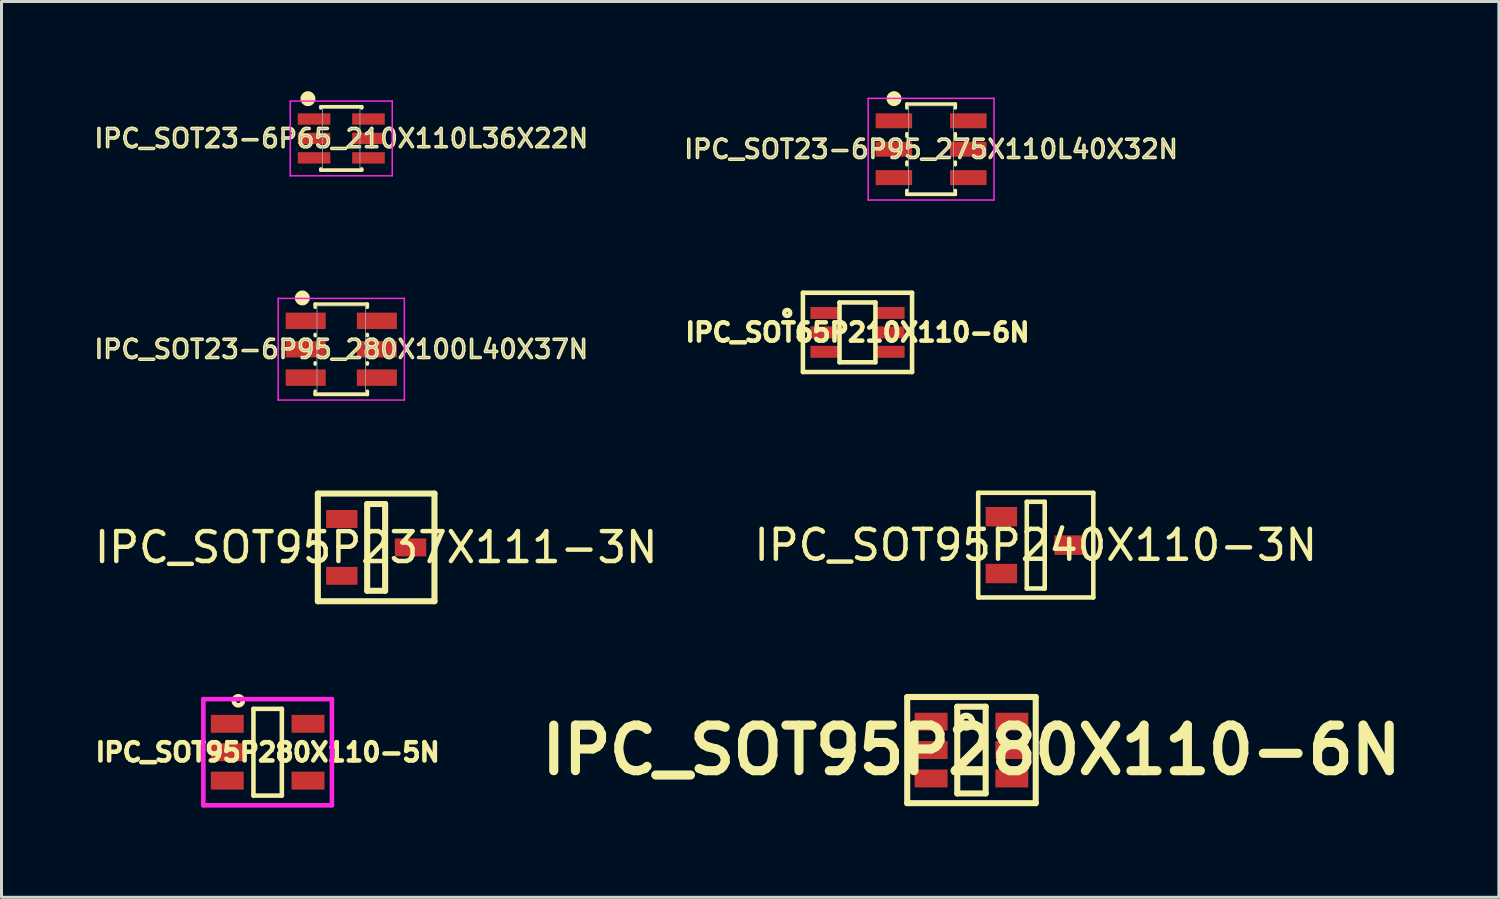
<source format=kicad_pcb>
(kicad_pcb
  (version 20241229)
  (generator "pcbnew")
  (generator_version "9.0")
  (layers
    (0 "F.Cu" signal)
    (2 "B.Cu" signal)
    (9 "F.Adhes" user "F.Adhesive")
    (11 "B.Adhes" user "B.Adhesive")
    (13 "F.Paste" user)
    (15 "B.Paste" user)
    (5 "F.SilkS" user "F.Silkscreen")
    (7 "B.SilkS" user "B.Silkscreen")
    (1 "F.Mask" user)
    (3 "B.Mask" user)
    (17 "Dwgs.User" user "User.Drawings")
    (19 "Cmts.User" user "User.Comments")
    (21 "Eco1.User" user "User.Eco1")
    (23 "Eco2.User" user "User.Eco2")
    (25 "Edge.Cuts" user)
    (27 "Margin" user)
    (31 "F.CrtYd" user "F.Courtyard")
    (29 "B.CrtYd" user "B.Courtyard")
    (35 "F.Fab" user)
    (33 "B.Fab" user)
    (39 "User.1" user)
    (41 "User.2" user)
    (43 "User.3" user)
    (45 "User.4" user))
  (footprint "IPC_SOT95P240X110-3N"
    (layer "F.Cu")
    (at 31.589 15.181)
    (property "Reference" "IPC_SOT95P240X110-3N" (at 0 0 0) (layer "F.SilkS") (effects (font (size 1 1) (thickness 0.15))))
    (attr through_hole)
    (fp_line (start -1.925 -1.75) (end 1.925 -1.75) (stroke (width 0.152) (type solid)) (layer "F.SilkS"))
    (fp_line (start -1.925 1.75) (end -1.925 -1.75) (stroke (width 0.152) (type solid)) (layer "F.SilkS"))
    (fp_line (start -0.3 -1.45) (end 0.3 -1.45) (stroke (width 0.152) (type solid)) (layer "F.SilkS"))
    (fp_line (start -0.3 1.45) (end -0.3 -1.45) (stroke (width 0.152) (type solid)) (layer "F.SilkS"))
    (fp_line (start 0.3 -1.45) (end 0.3 1.45) (stroke (width 0.152) (type solid)) (layer "F.SilkS"))
    (fp_line (start 0.3 1.45) (end -0.3 1.45) (stroke (width 0.152) (type solid)) (layer "F.SilkS"))
    (fp_line (start 1.925 -1.75) (end 1.925 1.75) (stroke (width 0.152) (type solid)) (layer "F.SilkS"))
    (fp_line (start 1.925 1.75) (end -1.925 1.75) (stroke (width 0.152) (type solid)) (layer "F.SilkS"))
    (pad "1" smd rect (at -1.15 -0.95) (size 1.05 0.65) (layers "F.Cu" "F.Mask" "F.Paste"))
    (pad "2" smd rect (at -1.15 0.95) (size 1.05 0.65) (layers "F.Cu" "F.Mask" "F.Paste"))
    (pad "3" smd rect (at 1.15 0) (size 1.05 0.65) (layers "F.Cu" "F.Mask" "F.Paste")))
  (footprint "IPC_SOT23-6P95_275X110L40X32N"
    (layer "F.Cu")
    (at 28.089 1.94)
    (property "Reference" "IPC_SOT23-6P95_275X110L40X32N" (at 0 0 0) (layer "F.SilkS") (effects (font (size 0.61 0.61) (thickness 0.12))))
    (attr smd)
    (fp_line (start -0.81 -1.51) (end -0.81 -1.38) (stroke (width 0.12) (type solid)) (layer "F.SilkS"))
    (fp_line (start -0.81 -0.52) (end -0.81 -0.43) (stroke (width 0.12) (type solid)) (layer "F.SilkS"))
    (fp_line (start -0.81 0.43) (end -0.81 0.52) (stroke (width 0.12) (type solid)) (layer "F.SilkS"))
    (fp_line (start -0.81 1.38) (end -0.81 1.51) (stroke (width 0.12) (type solid)) (layer "F.SilkS"))
    (fp_line (start -0.81 1.51) (end 0.81 1.51) (stroke (width 0.12) (type solid)) (layer "F.SilkS"))
    (fp_line (start 0.81 -1.51) (end -0.81 -1.51) (stroke (width 0.12) (type solid)) (layer "F.SilkS"))
    (fp_line (start 0.81 -1.38) (end 0.81 -1.51) (stroke (width 0.12) (type solid)) (layer "F.SilkS"))
    (fp_line (start 0.81 -0.43) (end 0.81 -0.52) (stroke (width 0.12) (type solid)) (layer "F.SilkS"))
    (fp_line (start 0.81 0.52) (end 0.81 0.43) (stroke (width 0.12) (type solid)) (layer "F.SilkS"))
    (fp_line (start 0.81 1.51) (end 0.81 1.38) (stroke (width 0.12) (type solid)) (layer "F.SilkS"))
    (fp_circle (center -1.24 -1.69) (end -1.115 -1.69) (stroke (width 0.25) (type solid)) (fill no) (layer "F.SilkS"))
    (fp_line (start -2.105 -1.7) (end 2.105 -1.7) (stroke (width 0.05) (type solid)) (layer "F.CrtYd"))
    (fp_line (start -2.105 1.7) (end -2.105 -1.7) (stroke (width 0.05) (type solid)) (layer "F.CrtYd"))
    (fp_line (start 2.105 -1.7) (end 2.105 1.7) (stroke (width 0.05) (type solid)) (layer "F.CrtYd"))
    (fp_line (start 2.105 1.7) (end -2.105 1.7) (stroke (width 0.05) (type solid)) (layer "F.CrtYd"))
    (fp_line (start -0.75 -1.45) (end 0.75 -1.45) (stroke (width 0.025) (type solid)) (layer "F.Fab"))
    (fp_line (start -0.75 1.45) (end -0.75 -1.45) (stroke (width 0.025) (type solid)) (layer "F.Fab"))
    (fp_line (start 0.75 -1.45) (end 0.75 1.45) (stroke (width 0.025) (type solid)) (layer "F.Fab"))
    (fp_line (start 0.75 1.45) (end -0.75 1.45) (stroke (width 0.025) (type solid)) (layer "F.Fab"))
    (fp_text user "${REFERENCE}" (at 0 0 0) (layer "F.Fab") (effects (font (size 0.61 0.61) (thickness 0.025))))
    (pad "1" smd rect (at -1.245 -0.95 270) (size 0.5 1.22) (layers "F.Cu" "F.Mask" "F.Paste"))
    (pad "2" smd rect (at -1.245 0 270) (size 0.5 1.22) (layers "F.Cu" "F.Mask" "F.Paste"))
    (pad "3" smd rect (at -1.245 0.95 270) (size 0.5 1.22) (layers "F.Cu" "F.Mask" "F.Paste"))
    (pad "4" smd rect (at 1.245 0.95 90) (size 0.5 1.22) (layers "F.Cu" "F.Mask" "F.Paste"))
    (pad "5" smd rect (at 1.245 0 90) (size 0.5 1.22) (layers "F.Cu" "F.Mask" "F.Paste"))
    (pad "6" smd rect (at 1.245 -0.95 90) (size 0.5 1.22) (layers "F.Cu" "F.Mask" "F.Paste")))
  (footprint "IPC_SOT95P280X110-6N"
    (layer "F.Cu")
    (at 29.439 22.035)
    (property "Reference" "IPC_SOT95P280X110-6N" (at 0 0 0) (layer "F.SilkS") (effects (font (size 1.524 1.524) (thickness 0.305))))
    (attr through_hole)
    (fp_line (start -2.149 -1.775) (end 2.149 -1.775) (stroke (width 0.203) (type solid)) (layer "F.SilkS"))
    (fp_line (start -2.149 1.775) (end -2.149 -1.775) (stroke (width 0.203) (type solid)) (layer "F.SilkS"))
    (fp_line (start -0.475 -1.45) (end 0.475 -1.45) (stroke (width 0.203) (type solid)) (layer "F.SilkS"))
    (fp_line (start -0.475 1.45) (end -0.475 -1.45) (stroke (width 0.203) (type solid)) (layer "F.SilkS"))
    (fp_line (start 0.475 -1.45) (end 0.475 1.45) (stroke (width 0.203) (type solid)) (layer "F.SilkS"))
    (fp_line (start 0.475 1.45) (end -0.475 1.45) (stroke (width 0.203) (type solid)) (layer "F.SilkS"))
    (fp_line (start 2.149 -1.775) (end 2.149 1.775) (stroke (width 0.203) (type solid)) (layer "F.SilkS"))
    (fp_line (start 2.149 1.775) (end -2.149 1.775) (stroke (width 0.203) (type solid)) (layer "F.SilkS"))
    (fp_circle (center -0.175 -0.95) (end -0.076 -0.95) (stroke (width 0.203) (type solid)) (fill no) (layer "F.SilkS"))
    (pad "1" smd rect (at -1.349 -0.95) (size 1.1 0.599) (layers "F.Cu" "F.Mask" "F.Paste"))
    (pad "2" smd rect (at -1.349 0) (size 1.1 0.599) (layers "F.Cu" "F.Mask" "F.Paste"))
    (pad "3" smd rect (at -1.349 0.95) (size 1.1 0.599) (layers "F.Cu" "F.Mask" "F.Paste"))
    (pad "4" smd rect (at 1.349 0.95) (size 1.1 0.599) (layers "F.Cu" "F.Mask" "F.Paste"))
    (pad "5" smd rect (at 1.349 0) (size 1.1 0.599) (layers "F.Cu" "F.Mask" "F.Paste"))
    (pad "6" smd rect (at 1.349 -0.95) (size 1.1 0.599) (layers "F.Cu" "F.Mask" "F.Paste")))
  (footprint "IPC_SOT95P280X110-5N"
    (layer "F.Cu")
    (at 5.901 22.107)
    (property "Reference" "IPC_SOT95P280X110-5N" (at 0 0 0) (layer "F.SilkS") (effects (font (size 0.61 0.61) (thickness 0.152))))
    (attr through_hole)
    (fp_line (start -0.475 -1.45) (end 0.475 -1.45) (stroke (width 0.152) (type solid)) (layer "F.SilkS"))
    (fp_line (start -0.475 1.45) (end -0.475 -1.45) (stroke (width 0.152) (type solid)) (layer "F.SilkS"))
    (fp_line (start 0.475 -1.45) (end 0.475 1.45) (stroke (width 0.152) (type solid)) (layer "F.SilkS"))
    (fp_line (start 0.475 1.45) (end -0.475 1.45) (stroke (width 0.152) (type solid)) (layer "F.SilkS"))
    (fp_circle (center -0.98 -1.72) (end -0.828 -1.72) (stroke (width 0.152) (type solid)) (fill no) (layer "F.SilkS"))
    (fp_line (start -2.15 -1.775) (end 2.15 -1.775) (stroke (width 0.152) (type solid)) (layer "F.CrtYd"))
    (fp_line (start -2.15 1.775) (end -2.15 -1.775) (stroke (width 0.152) (type solid)) (layer "F.CrtYd"))
    (fp_line (start 2.15 -1.775) (end 2.15 1.775) (stroke (width 0.152) (type solid)) (layer "F.CrtYd"))
    (fp_line (start 2.15 1.775) (end -2.15 1.775) (stroke (width 0.152) (type solid)) (layer "F.CrtYd"))
    (pad "1" smd rect (at -1.35 -0.95) (size 1.1 0.6) (layers "F.Cu" "F.Mask" "F.Paste"))
    (pad "2" smd rect (at -1.35 0) (size 1.1 0.6) (layers "F.Cu" "F.Mask" "F.Paste"))
    (pad "3" smd rect (at -1.35 0.95) (size 1.1 0.6) (layers "F.Cu" "F.Mask" "F.Paste"))
    (pad "4" smd rect (at 1.35 0.95) (size 1.1 0.6) (layers "F.Cu" "F.Mask" "F.Paste"))
    (pad "5" smd rect (at 1.35 -0.95) (size 1.1 0.6) (layers "F.Cu" "F.Mask" "F.Paste")))
  (footprint "IPC_SOT65P210X110-6N"
    (layer "F.Cu")
    (at 25.627 8.066)
    (property "Reference" "IPC_SOT65P210X110-6N" (at 0 0 0) (layer "F.SilkS") (effects (font (size 0.61 0.61) (thickness 0.152))))
    (attr through_hole)
    (fp_line (start -1.825 -1.325) (end 1.825 -1.325) (stroke (width 0.152) (type solid)) (layer "F.SilkS"))
    (fp_line (start -1.825 1.325) (end -1.825 -1.325) (stroke (width 0.152) (type solid)) (layer "F.SilkS"))
    (fp_line (start -0.6 -1) (end 0.6 -1) (stroke (width 0.152) (type solid)) (layer "F.SilkS"))
    (fp_line (start -0.6 1) (end -0.6 -1) (stroke (width 0.152) (type solid)) (layer "F.SilkS"))
    (fp_line (start 0.6 -1) (end 0.6 1) (stroke (width 0.152) (type solid)) (layer "F.SilkS"))
    (fp_line (start 0.6 1) (end -0.6 1) (stroke (width 0.152) (type solid)) (layer "F.SilkS"))
    (fp_line (start 1.825 -1.325) (end 1.825 1.325) (stroke (width 0.152) (type solid)) (layer "F.SilkS"))
    (fp_line (start 1.825 1.325) (end -1.825 1.325) (stroke (width 0.152) (type solid)) (layer "F.SilkS"))
    (fp_circle (center -2.35 -0.65) (end -2.25 -0.65) (stroke (width 0.152) (type solid)) (fill no) (layer "F.SilkS"))
    (pad "1" smd rect (at -1.1 -0.65) (size 0.95 0.4) (layers "F.Cu" "F.Mask" "F.Paste"))
    (pad "2" smd rect (at -1.1 0) (size 0.95 0.4) (layers "F.Cu" "F.Mask" "F.Paste"))
    (pad "3" smd rect (at -1.1 0.65) (size 0.95 0.4) (layers "F.Cu" "F.Mask" "F.Paste"))
    (pad "4" smd rect (at 1.1 0.65) (size 0.95 0.4) (layers "F.Cu" "F.Mask" "F.Paste"))
    (pad "5" smd rect (at 1.1 0) (size 0.95 0.4) (layers "F.Cu" "F.Mask" "F.Paste"))
    (pad "6" smd rect (at 1.1 -0.65) (size 0.95 0.4) (layers "F.Cu" "F.Mask" "F.Paste")))
  (footprint "IPC_SOT23-6P95_280X100L40X37N"
    (layer "F.Cu")
    (at 8.363 8.63)
    (property "Reference" "IPC_SOT23-6P95_280X100L40X37N" (at 0 0 0) (layer "F.SilkS") (effects (font (size 0.61 0.61) (thickness 0.12))))
    (attr smd)
    (fp_line (start -0.873 -1.51) (end -0.873 -1.405) (stroke (width 0.12) (type solid)) (layer "F.SilkS"))
    (fp_line (start -0.873 -0.495) (end -0.873 -0.455) (stroke (width 0.12) (type solid)) (layer "F.SilkS"))
    (fp_line (start -0.873 0.455) (end -0.873 0.495) (stroke (width 0.12) (type solid)) (layer "F.SilkS"))
    (fp_line (start -0.873 1.405) (end -0.873 1.51) (stroke (width 0.12) (type solid)) (layer "F.SilkS"))
    (fp_line (start -0.873 1.51) (end 0.873 1.51) (stroke (width 0.12) (type solid)) (layer "F.SilkS"))
    (fp_line (start 0.873 -1.51) (end -0.873 -1.51) (stroke (width 0.12) (type solid)) (layer "F.SilkS"))
    (fp_line (start 0.873 -1.405) (end 0.873 -1.51) (stroke (width 0.12) (type solid)) (layer "F.SilkS"))
    (fp_line (start 0.873 -0.455) (end 0.873 -0.495) (stroke (width 0.12) (type solid)) (layer "F.SilkS"))
    (fp_line (start 0.873 0.495) (end 0.873 0.455) (stroke (width 0.12) (type solid)) (layer "F.SilkS"))
    (fp_line (start 0.873 1.51) (end 0.873 1.405) (stroke (width 0.12) (type solid)) (layer "F.SilkS"))
    (fp_circle (center -1.302 -1.715) (end -1.177 -1.715) (stroke (width 0.25) (type solid)) (fill no) (layer "F.SilkS"))
    (fp_line (start -2.11 -1.7) (end 2.11 -1.7) (stroke (width 0.05) (type solid)) (layer "F.CrtYd"))
    (fp_line (start -2.11 1.7) (end -2.11 -1.7) (stroke (width 0.05) (type solid)) (layer "F.CrtYd"))
    (fp_line (start 2.11 -1.7) (end 2.11 1.7) (stroke (width 0.05) (type solid)) (layer "F.CrtYd"))
    (fp_line (start 2.11 1.7) (end -2.11 1.7) (stroke (width 0.05) (type solid)) (layer "F.CrtYd"))
    (fp_line (start -0.812 -1.45) (end 0.812 -1.45) (stroke (width 0.025) (type solid)) (layer "F.Fab"))
    (fp_line (start -0.812 1.45) (end -0.812 -1.45) (stroke (width 0.025) (type solid)) (layer "F.Fab"))
    (fp_line (start 0.812 -1.45) (end 0.812 1.45) (stroke (width 0.025) (type solid)) (layer "F.Fab"))
    (fp_line (start 0.812 1.45) (end -0.812 1.45) (stroke (width 0.025) (type solid)) (layer "F.Fab"))
    (fp_text user "${REFERENCE}" (at 0 0 0) (layer "F.Fab") (effects (font (size 0.61 0.61) (thickness 0.025))))
    (pad "1" smd rect (at -1.19 -0.95 270) (size 0.55 1.34) (layers "F.Cu" "F.Mask" "F.Paste"))
    (pad "2" smd rect (at -1.19 0 270) (size 0.55 1.34) (layers "F.Cu" "F.Mask" "F.Paste"))
    (pad "3" smd rect (at -1.19 0.95 270) (size 0.55 1.34) (layers "F.Cu" "F.Mask" "F.Paste"))
    (pad "4" smd rect (at 1.19 0.95 90) (size 0.55 1.34) (layers "F.Cu" "F.Mask" "F.Paste"))
    (pad "5" smd rect (at 1.19 0 90) (size 0.55 1.34) (layers "F.Cu" "F.Mask" "F.Paste"))
    (pad "6" smd rect (at 1.19 -0.95 90) (size 0.55 1.34) (layers "F.Cu" "F.Mask" "F.Paste")))
  (footprint "IPC_SOT23-6P65_210X110L36X22N"
    (layer "F.Cu")
    (at 8.363 1.58)
    (property "Reference" "IPC_SOT23-6P65_210X110L36X22N" (at 0 0 0) (layer "F.SilkS") (effects (font (size 0.61 0.61) (thickness 0.12))))
    (attr smd)
    (fp_line (start -0.685 -1.06) (end -0.685 -1.02) (stroke (width 0.12) (type solid)) (layer "F.SilkS"))
    (fp_line (start -0.685 1.02) (end -0.685 1.06) (stroke (width 0.12) (type solid)) (layer "F.SilkS"))
    (fp_line (start -0.685 1.06) (end 0.685 1.06) (stroke (width 0.12) (type solid)) (layer "F.SilkS"))
    (fp_line (start 0.685 -1.06) (end -0.685 -1.06) (stroke (width 0.12) (type solid)) (layer "F.SilkS"))
    (fp_line (start 0.685 -1.02) (end 0.685 -1.06) (stroke (width 0.12) (type solid)) (layer "F.SilkS"))
    (fp_line (start 0.685 1.06) (end 0.685 1.02) (stroke (width 0.12) (type solid)) (layer "F.SilkS"))
    (fp_circle (center -1.115 -1.33) (end -0.99 -1.33) (stroke (width 0.25) (type solid)) (fill no) (layer "F.SilkS"))
    (fp_line (start -1.705 -1.25) (end 1.705 -1.25) (stroke (width 0.05) (type solid)) (layer "F.CrtYd"))
    (fp_line (start -1.705 1.25) (end -1.705 -1.25) (stroke (width 0.05) (type solid)) (layer "F.CrtYd"))
    (fp_line (start 1.705 -1.25) (end 1.705 1.25) (stroke (width 0.05) (type solid)) (layer "F.CrtYd"))
    (fp_line (start 1.705 1.25) (end -1.705 1.25) (stroke (width 0.05) (type solid)) (layer "F.CrtYd"))
    (fp_line (start -0.625 -1) (end 0.625 -1) (stroke (width 0.025) (type solid)) (layer "F.Fab"))
    (fp_line (start -0.625 1) (end -0.625 -1) (stroke (width 0.025) (type solid)) (layer "F.Fab"))
    (fp_line (start 0.625 -1) (end 0.625 1) (stroke (width 0.025) (type solid)) (layer "F.Fab"))
    (fp_line (start 0.625 1) (end -0.625 1) (stroke (width 0.025) (type solid)) (layer "F.Fab"))
    (fp_text user "${REFERENCE}" (at 0 0 0) (layer "F.Fab") (effects (font (size 0.61 0.61) (thickness 0.025))))
    (pad "1" smd rect (at -0.91 -0.65 270) (size 0.38 1.09) (layers "F.Cu" "F.Mask" "F.Paste"))
    (pad "2" smd rect (at -0.91 0 270) (size 0.38 1.09) (layers "F.Cu" "F.Mask" "F.Paste"))
    (pad "3" smd rect (at -0.91 0.65 270) (size 0.38 1.09) (layers "F.Cu" "F.Mask" "F.Paste"))
    (pad "4" smd rect (at 0.91 0.65 90) (size 0.38 1.09) (layers "F.Cu" "F.Mask" "F.Paste"))
    (pad "5" smd rect (at 0.91 0 90) (size 0.38 1.09) (layers "F.Cu" "F.Mask" "F.Paste"))
    (pad "6" smd rect (at 0.91 -0.65 90) (size 0.38 1.09) (layers "F.Cu" "F.Mask" "F.Paste")))
  (footprint "IPC_SOT95P237X111-3N"
    (layer "F.Cu")
    (at 9.53 15.257)
    (property "Reference" "IPC_SOT95P237X111-3N" (at 0 0 0) (layer "F.SilkS") (effects (font (size 1 1) (thickness 0.15))))
    (attr through_hole)
    (fp_line (start -1.95 -1.8) (end 1.95 -1.8) (stroke (width 0.203) (type solid)) (layer "F.SilkS"))
    (fp_line (start -1.95 1.8) (end -1.95 -1.8) (stroke (width 0.203) (type solid)) (layer "F.SilkS"))
    (fp_line (start -0.3 -1.45) (end 0.3 -1.45) (stroke (width 0.203) (type solid)) (layer "F.SilkS"))
    (fp_line (start -0.3 1.45) (end -0.3 -1.45) (stroke (width 0.203) (type solid)) (layer "F.SilkS"))
    (fp_line (start 0.3 -1.45) (end 0.3 1.45) (stroke (width 0.203) (type solid)) (layer "F.SilkS"))
    (fp_line (start 0.3 1.45) (end -0.3 1.45) (stroke (width 0.203) (type solid)) (layer "F.SilkS"))
    (fp_line (start 1.95 -1.8) (end 1.95 1.8) (stroke (width 0.203) (type solid)) (layer "F.SilkS"))
    (fp_line (start 1.95 1.8) (end -1.95 1.8) (stroke (width 0.203) (type solid)) (layer "F.SilkS"))
    (pad "1" smd rect (at -1.15 -0.95) (size 1.05 0.6) (layers "F.Cu" "F.Mask" "F.Paste"))
    (pad "2" smd rect (at -1.15 0.95) (size 1.05 0.6) (layers "F.Cu" "F.Mask" "F.Paste"))
    (pad "3" smd rect (at 1.15 0) (size 1.05 0.6) (layers "F.Cu" "F.Mask" "F.Paste")))
  (gr_rect
    (start -3 -3)
    (end 47.077 26.958)
    (stroke (width 0.1) (type default))
    (fill no)
    (layer "Edge.Cuts")))
</source>
